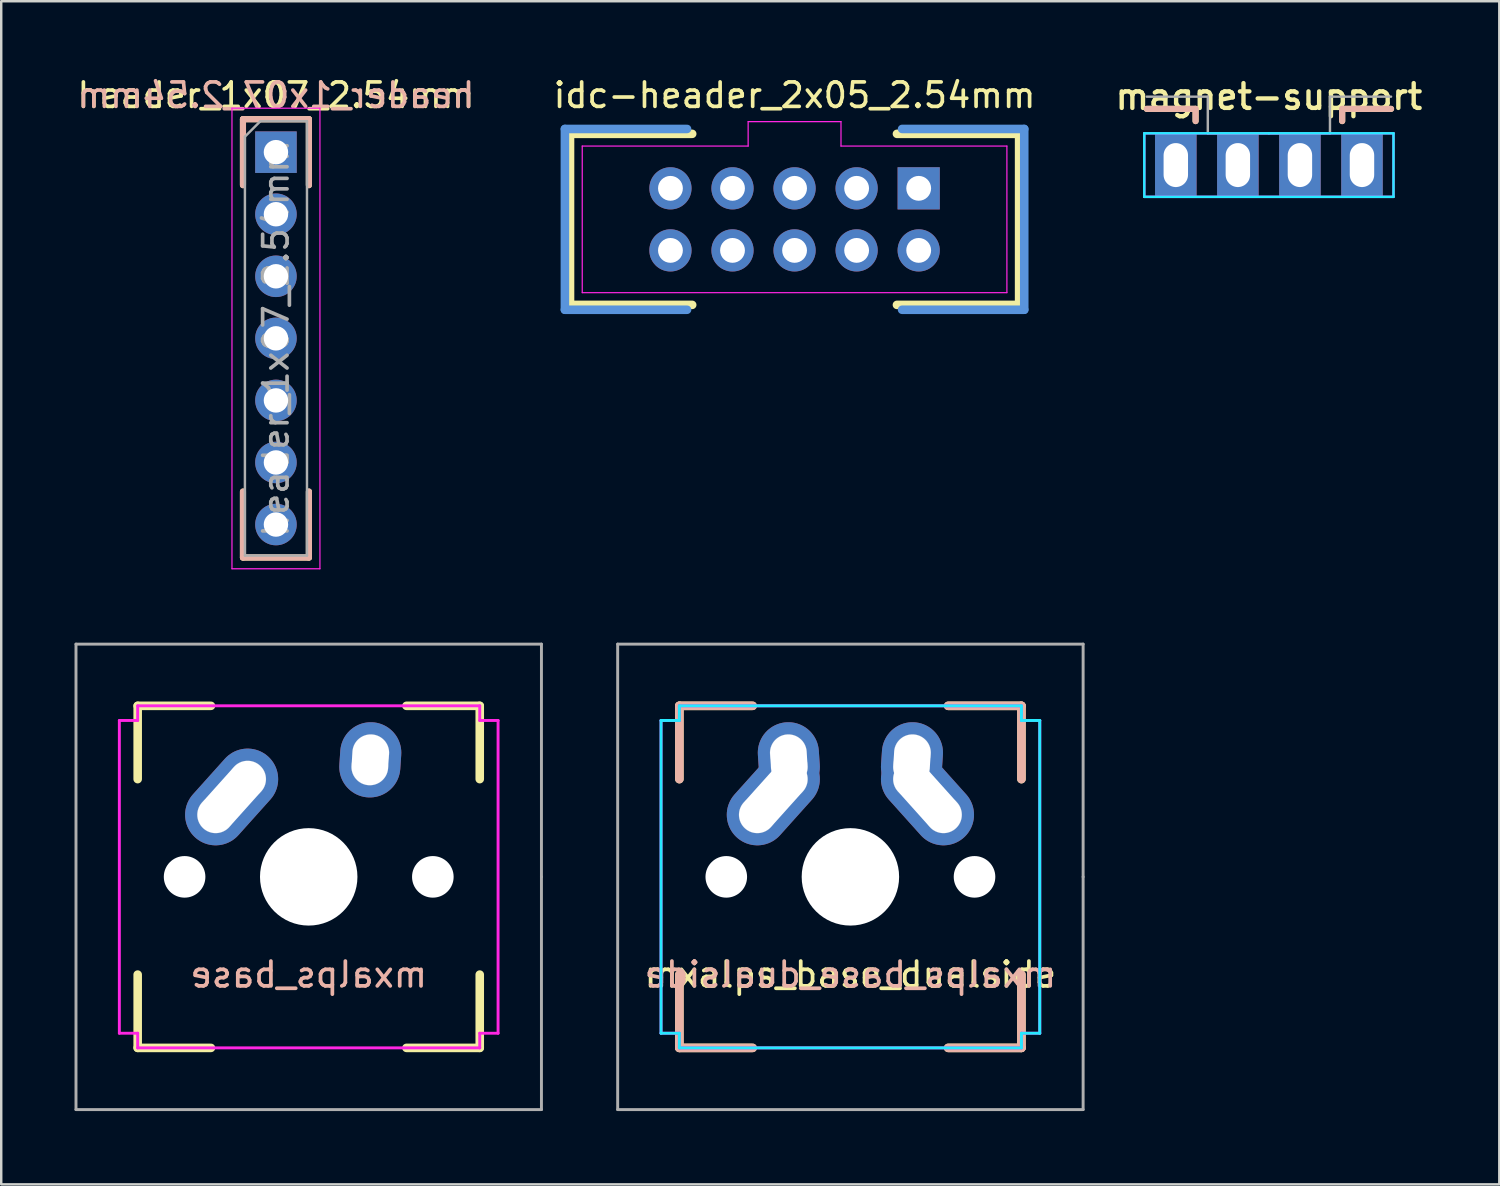
<source format=kicad_pcb>
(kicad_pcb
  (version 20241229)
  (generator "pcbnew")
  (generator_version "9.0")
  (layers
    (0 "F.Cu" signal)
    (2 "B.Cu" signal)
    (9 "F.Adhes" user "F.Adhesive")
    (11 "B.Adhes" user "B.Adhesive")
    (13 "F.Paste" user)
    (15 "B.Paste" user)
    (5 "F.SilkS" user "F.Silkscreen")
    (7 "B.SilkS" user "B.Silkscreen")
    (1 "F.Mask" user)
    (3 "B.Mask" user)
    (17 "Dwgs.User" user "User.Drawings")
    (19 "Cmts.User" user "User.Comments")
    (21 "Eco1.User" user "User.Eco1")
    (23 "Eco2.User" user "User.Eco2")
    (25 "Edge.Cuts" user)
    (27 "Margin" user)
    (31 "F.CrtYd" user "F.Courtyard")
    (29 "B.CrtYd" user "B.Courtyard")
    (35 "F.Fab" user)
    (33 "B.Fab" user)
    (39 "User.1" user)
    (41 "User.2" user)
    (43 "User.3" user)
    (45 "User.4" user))
  (footprint "mxalps_base"
    (layer "F.Cu")
    (at 9.585 32.838)
    (property "Reference" "mxalps_base" (at 0 4 0) (layer "B.SilkS") (effects (font (size 1.016 1.016) (thickness 0.152)) (justify mirror)))
    (attr through_hole)
    (fp_line (start -7 -7) (end -7 -4) (stroke (width 0.35) (type solid)) (layer "F.SilkS"))
    (fp_line (start -7 -7) (end -4 -7) (stroke (width 0.35) (type solid)) (layer "F.SilkS"))
    (fp_line (start -7 7) (end -7 4) (stroke (width 0.35) (type solid)) (layer "F.SilkS"))
    (fp_line (start -7 7) (end -4 7) (stroke (width 0.35) (type solid)) (layer "F.SilkS"))
    (fp_line (start 7 -7) (end 4 -7) (stroke (width 0.35) (type solid)) (layer "F.SilkS"))
    (fp_line (start 7 -7) (end 7 -4) (stroke (width 0.35) (type solid)) (layer "F.SilkS"))
    (fp_line (start 7 7) (end 4 7) (stroke (width 0.35) (type solid)) (layer "F.SilkS"))
    (fp_line (start 7 7) (end 7 4) (stroke (width 0.35) (type solid)) (layer "F.SilkS"))
    (fp_circle (center -3.81 -2.54) (end -3.06 -2.54) (stroke (width 0.01) (type solid)) (fill no) (layer "Dwgs.User"))
    (fp_circle (center -2.5 -4) (end -1.75 -4) (stroke (width 0.01) (type solid)) (fill no) (layer "Dwgs.User"))
    (fp_circle (center 2.5 -4.5) (end 3.25 -4.5) (stroke (width 0.01) (type solid)) (fill no) (layer "Dwgs.User"))
    (fp_circle (center 2.54 -5.08) (end 3.29 -5.08) (stroke (width 0.01) (type solid)) (fill no) (layer "Dwgs.User"))
    (fp_line (start -7.75 -6.4) (end -7.75 6.4) (stroke (width 0.12) (type solid)) (layer "F.CrtYd"))
    (fp_line (start -7.75 6.4) (end -7 6.4) (stroke (width 0.12) (type solid)) (layer "F.CrtYd"))
    (fp_line (start -7 -7) (end -7 -6.4) (stroke (width 0.12) (type solid)) (layer "F.CrtYd"))
    (fp_line (start -7 -6.4) (end -7.75 -6.4) (stroke (width 0.12) (type solid)) (layer "F.CrtYd"))
    (fp_line (start -7 6.4) (end -7 7) (stroke (width 0.12) (type solid)) (layer "F.CrtYd"))
    (fp_line (start -7 7) (end 7 7) (stroke (width 0.12) (type solid)) (layer "F.CrtYd"))
    (fp_line (start 7 -7) (end -7 -7) (stroke (width 0.12) (type solid)) (layer "F.CrtYd"))
    (fp_line (start 7 -6.4) (end 7 -7) (stroke (width 0.12) (type solid)) (layer "F.CrtYd"))
    (fp_line (start 7 6.4) (end 7.75 6.4) (stroke (width 0.12) (type solid)) (layer "F.CrtYd"))
    (fp_line (start 7 7) (end 7 6.4) (stroke (width 0.12) (type solid)) (layer "F.CrtYd"))
    (fp_line (start 7.75 -6.4) (end 7 -6.4) (stroke (width 0.12) (type solid)) (layer "F.CrtYd"))
    (fp_line (start 7.75 6.4) (end 7.75 -6.4) (stroke (width 0.12) (type solid)) (layer "F.CrtYd"))
    (fp_line (start -9.525 -9.525) (end -9.525 9.525) (stroke (width 0.12) (type solid)) (layer "F.Fab"))
    (fp_line (start -9.525 9.525) (end 9.525 9.525) (stroke (width 0.12) (type solid)) (layer "F.Fab"))
    (fp_line (start 9.525 -9.525) (end -9.525 -9.525) (stroke (width 0.12) (type solid)) (layer "F.Fab"))
    (fp_line (start 9.525 0) (end 9.525 -9.525) (stroke (width 0.12) (type solid)) (layer "F.Fab"))
    (fp_line (start 9.525 9.525) (end 9.525 0) (stroke (width 0.12) (type solid)) (layer "F.Fab"))
    (pad "" np_thru_hole circle (at -5.08 0) (size 1.702 1.702) (drill 1.702) (layers "*.Cu" "*.Mask"))
    (pad "" np_thru_hole circle (at 0 0) (size 3.988 3.988) (drill 3.988) (layers "*.Cu" "*.Mask"))
    (pad "" np_thru_hole circle (at 5.08 0) (size 1.702 1.702) (drill 1.702) (layers "*.Cu" "*.Mask"))
    (pad "1" thru_hole oval (at -3.155 -3.27 318.1) (size 2.5 4.46) (drill oval 1.5 3.46) (layers "*.Cu" "*.Mask"))
    (pad "2" thru_hole oval (at 2.52 -4.79 356.1) (size 2.5 3.08) (drill oval 1.5 2.08) (layers "*.Cu" "*.Mask")))
  (footprint "idc-header_2x05_2.54mm"
    (layer "F.Cu")
    (at 29.47 5.928)
    (property "Reference" "idc-header_2x05_2.54mm" (at 0 -5.08 0) (layer "F.SilkS") (effects (font (size 1 1) (thickness 0.15))))
    (attr through_hole)
    (fp_line (start -9.19 -3.5) (end -4.19 -3.5) (stroke (width 0.35) (type solid)) (layer "F.SilkS"))
    (fp_line (start -9.19 3.5) (end -9.19 -3.5) (stroke (width 0.35) (type solid)) (layer "F.SilkS"))
    (fp_line (start -9.19 3.5) (end -4.19 3.5) (stroke (width 0.35) (type solid)) (layer "F.SilkS"))
    (fp_line (start 9.19 -3.5) (end 4.19 -3.5) (stroke (width 0.35) (type solid)) (layer "F.SilkS"))
    (fp_line (start 9.19 -3.5) (end 9.19 3.5) (stroke (width 0.35) (type solid)) (layer "F.SilkS"))
    (fp_line (start 9.19 3.5) (end 4.19 3.5) (stroke (width 0.35) (type solid)) (layer "F.SilkS"))
    (fp_line (start -9.4 -3.7) (end -9.4 3.7) (stroke (width 0.35) (type solid)) (layer "Cmts.User"))
    (fp_line (start -9.4 -3.7) (end -4.4 -3.7) (stroke (width 0.35) (type solid)) (layer "Cmts.User"))
    (fp_line (start -9.4 3.7) (end -4.4 3.7) (stroke (width 0.35) (type solid)) (layer "Cmts.User"))
    (fp_line (start 9.4 -3.7) (end 4.4 -3.7) (stroke (width 0.35) (type solid)) (layer "Cmts.User"))
    (fp_line (start 9.4 3.7) (end 4.4 3.7) (stroke (width 0.35) (type solid)) (layer "Cmts.User"))
    (fp_line (start 9.4 3.7) (end 9.4 -3.7) (stroke (width 0.35) (type solid)) (layer "Cmts.User"))
    (fp_line (start -8.9 -3.2) (end -8.9 3.2) (stroke (width 0.1) (type solid)) (layer "Eco1.User"))
    (fp_line (start -8.9 3.2) (end 8.9 3.2) (stroke (width 0.1) (type solid)) (layer "Eco1.User"))
    (fp_line (start -2.75 -4.2) (end -2.75 -3.2) (stroke (width 0.1) (type solid)) (layer "Eco1.User"))
    (fp_line (start -2.75 -3.2) (end -8.9 -3.2) (stroke (width 0.1) (type solid)) (layer "Eco1.User"))
    (fp_line (start 2.75 -4.2) (end -2.75 -4.2) (stroke (width 0.1) (type solid)) (layer "Eco1.User"))
    (fp_line (start 2.75 -3.2) (end 2.75 -4.2) (stroke (width 0.1) (type solid)) (layer "Eco1.User"))
    (fp_line (start 8.9 -3.2) (end 2.75 -3.2) (stroke (width 0.1) (type solid)) (layer "Eco1.User"))
    (fp_line (start 8.9 3.2) (end 8.9 -3.2) (stroke (width 0.1) (type solid)) (layer "Eco1.User"))
    (fp_line (start -8.9 -3.2) (end -8.9 3.2) (stroke (width 0.1) (type solid)) (layer "Eco2.User"))
    (fp_line (start -8.9 3.2) (end 8.9 3.2) (stroke (width 0.1) (type solid)) (layer "Eco2.User"))
    (fp_line (start -2.75 -4.2) (end -2.75 -3.2) (stroke (width 0.1) (type solid)) (layer "Eco2.User"))
    (fp_line (start -2.75 -3.2) (end -8.9 -3.2) (stroke (width 0.1) (type solid)) (layer "Eco2.User"))
    (fp_line (start 2.75 -4.2) (end -2.75 -4.2) (stroke (width 0.1) (type solid)) (layer "Eco2.User"))
    (fp_line (start 2.75 -3.2) (end 2.75 -4.2) (stroke (width 0.1) (type solid)) (layer "Eco2.User"))
    (fp_line (start 8.9 -3.2) (end 2.75 -3.2) (stroke (width 0.1) (type solid)) (layer "Eco2.User"))
    (fp_line (start 8.9 3.2) (end 8.9 -3.2) (stroke (width 0.1) (type solid)) (layer "Eco2.User"))
    (fp_line (start -8.69 -3) (end -1.9 -3) (stroke (width 0.05) (type solid)) (layer "F.CrtYd"))
    (fp_line (start -8.69 3) (end -8.69 -3) (stroke (width 0.05) (type solid)) (layer "F.CrtYd"))
    (fp_line (start -1.9 -4) (end 1.9 -4) (stroke (width 0.05) (type solid)) (layer "F.CrtYd"))
    (fp_line (start -1.9 -3) (end -1.9 -4) (stroke (width 0.05) (type solid)) (layer "F.CrtYd"))
    (fp_line (start 1.9 -4) (end 1.9 -3) (stroke (width 0.05) (type solid)) (layer "F.CrtYd"))
    (fp_line (start 1.9 -3) (end 8.69 -3) (stroke (width 0.05) (type solid)) (layer "F.CrtYd"))
    (fp_line (start 8.69 -3) (end 8.69 3) (stroke (width 0.05) (type solid)) (layer "F.CrtYd"))
    (fp_line (start 8.69 3) (end -8.69 3) (stroke (width 0.05) (type solid)) (layer "F.CrtYd"))
    (pad "1" thru_hole rect (at 5.08 -1.27 270) (size 1.727 1.727) (drill 1.016) (layers "*.Cu" "*.Mask"))
    (pad "2" thru_hole oval (at 5.08 1.27 270) (size 1.727 1.727) (drill 1.016) (layers "*.Cu" "*.Mask"))
    (pad "3" thru_hole oval (at 2.54 -1.27 270) (size 1.727 1.727) (drill 1.016) (layers "*.Cu" "*.Mask"))
    (pad "4" thru_hole oval (at 2.54 1.27 270) (size 1.727 1.727) (drill 1.016) (layers "*.Cu" "*.Mask"))
    (pad "5" thru_hole oval (at 0 -1.27 270) (size 1.727 1.727) (drill 1.016) (layers "*.Cu" "*.Mask"))
    (pad "6" thru_hole oval (at 0 1.27 270) (size 1.727 1.727) (drill 1.016) (layers "*.Cu" "*.Mask"))
    (pad "7" thru_hole oval (at -2.54 -1.27 270) (size 1.727 1.727) (drill 1.016) (layers "*.Cu" "*.Mask"))
    (pad "8" thru_hole oval (at -2.54 1.27 270) (size 1.727 1.727) (drill 1.016) (layers "*.Cu" "*.Mask"))
    (pad "9" thru_hole oval (at -5.08 -1.27 270) (size 1.727 1.727) (drill 1.016) (layers "*.Cu" "*.Mask"))
    (pad "10" thru_hole oval (at -5.08 1.27 270) (size 1.727 1.727) (drill 1.016) (layers "*.Cu" "*.Mask")))
  (footprint "header_1x07_2.54mm"
    (layer "F.Cu")
    (at 8.244 3.178)
    (property "Reference" "header_1x07_2.54mm" (at 0 -2.33 0) (layer "F.SilkS") (effects (font (size 1 1) (thickness 0.15))))
    (attr through_hole)
    (fp_line (start -1.35 -1.35) (end 1.35 -1.35) (stroke (width 0.25) (type solid)) (layer "F.SilkS"))
    (fp_line (start -1.35 1.35) (end -1.35 -1.35) (stroke (width 0.25) (type solid)) (layer "F.SilkS"))
    (fp_line (start -1.35 16.59) (end -1.35 13.89) (stroke (width 0.25) (type solid)) (layer "F.SilkS"))
    (fp_line (start -1.35 16.59) (end 1.35 16.59) (stroke (width 0.25) (type solid)) (layer "F.SilkS"))
    (fp_line (start 1.35 -1.35) (end 1.35 1.35) (stroke (width 0.25) (type solid)) (layer "F.SilkS"))
    (fp_line (start 1.35 16.59) (end 1.35 13.89) (stroke (width 0.25) (type solid)) (layer "F.SilkS"))
    (fp_line (start -1.35 -1.35) (end -1.35 1.35) (stroke (width 0.25) (type solid)) (layer "B.SilkS"))
    (fp_line (start -1.35 16.59) (end -1.35 13.89) (stroke (width 0.25) (type solid)) (layer "B.SilkS"))
    (fp_line (start 1.35 -1.35) (end -1.35 -1.35) (stroke (width 0.25) (type solid)) (layer "B.SilkS"))
    (fp_line (start 1.35 1.35) (end 1.35 -1.35) (stroke (width 0.25) (type solid)) (layer "B.SilkS"))
    (fp_line (start 1.35 16.59) (end -1.35 16.59) (stroke (width 0.25) (type solid)) (layer "B.SilkS"))
    (fp_line (start 1.35 16.59) (end 1.35 13.89) (stroke (width 0.25) (type solid)) (layer "B.SilkS"))
    (fp_line (start -1.8 -1.8) (end -1.8 17.05) (stroke (width 0.05) (type solid)) (layer "F.CrtYd"))
    (fp_line (start -1.8 17.05) (end 1.8 17.05) (stroke (width 0.05) (type solid)) (layer "F.CrtYd"))
    (fp_line (start 1.8 -1.8) (end -1.8 -1.8) (stroke (width 0.05) (type solid)) (layer "F.CrtYd"))
    (fp_line (start 1.8 17.05) (end 1.8 -1.8) (stroke (width 0.05) (type solid)) (layer "F.CrtYd"))
    (fp_line (start -1.27 -0.635) (end -0.635 -1.27) (stroke (width 0.1) (type solid)) (layer "F.Fab"))
    (fp_line (start -1.27 16.51) (end -1.27 -0.635) (stroke (width 0.1) (type solid)) (layer "F.Fab"))
    (fp_line (start -0.635 -1.27) (end 1.27 -1.27) (stroke (width 0.1) (type solid)) (layer "F.Fab"))
    (fp_line (start 1.27 -1.27) (end 1.27 16.51) (stroke (width 0.1) (type solid)) (layer "F.Fab"))
    (fp_line (start 1.27 16.51) (end -1.27 16.51) (stroke (width 0.1) (type solid)) (layer "F.Fab"))
    (fp_text user "${REFERENCE}" (at 0 -2.33 180) (layer "B.SilkS") (effects (font (size 1 1) (thickness 0.15)) (justify mirror)))
    (fp_text user "${REFERENCE}" (at 0 7.62 90) (layer "F.Fab") (effects (font (size 1 1) (thickness 0.15))))
    (pad "1" thru_hole rect (at 0 0) (size 1.7 1.7) (drill 1) (layers "*.Cu" "*.Mask"))
    (pad "2" thru_hole oval (at 0 2.54) (size 1.7 1.7) (drill 1) (layers "*.Cu" "*.Mask"))
    (pad "3" thru_hole oval (at 0 5.08) (size 1.7 1.7) (drill 1) (layers "*.Cu" "*.Mask"))
    (pad "4" thru_hole oval (at 0 7.62) (size 1.7 1.7) (drill 1) (layers "*.Cu" "*.Mask"))
    (pad "5" thru_hole oval (at 0 10.16) (size 1.7 1.7) (drill 1) (layers "*.Cu" "*.Mask"))
    (pad "6" thru_hole oval (at 0 12.7) (size 1.7 1.7) (drill 1) (layers "*.Cu" "*.Mask"))
    (pad "7" thru_hole oval (at 0 15.24) (size 1.7 1.7) (drill 1) (layers "*.Cu" "*.Mask")))
  (footprint "magnet-support"
    (layer "F.Cu")
    (at 48.883 0.906)
    (property "Reference" "magnet-support" (at 0 0 0) (layer "F.SilkS") (effects (font (size 1.016 1.016) (thickness 0.178))))
    (attr through_hole)
    (fp_line (start -3 0.5) (end -5 0.5) (stroke (width 0.25) (type solid)) (layer "F.SilkS"))
    (fp_line (start -3 1) (end -3 0.5) (stroke (width 0.25) (type solid)) (layer "F.SilkS"))
    (fp_line (start 3 0.5) (end 5 0.5) (stroke (width 0.25) (type solid)) (layer "F.SilkS"))
    (fp_line (start 3 1) (end 3 0.5) (stroke (width 0.25) (type solid)) (layer "F.SilkS"))
    (fp_line (start -3 0.5) (end -5 0.5) (stroke (width 0.25) (type solid)) (layer "B.SilkS"))
    (fp_line (start -3 1) (end -3 0.5) (stroke (width 0.25) (type solid)) (layer "B.SilkS"))
    (fp_line (start 3 0.5) (end 5 0.5) (stroke (width 0.25) (type solid)) (layer "B.SilkS"))
    (fp_line (start 3 1) (end 3 0.5) (stroke (width 0.25) (type solid)) (layer "B.SilkS"))
    (fp_line (start -5.1 1.5) (end 0 1.5) (stroke (width 0.1) (type solid)) (layer "B.CrtYd"))
    (fp_line (start -5.1 4.1) (end -5.1 1.5) (stroke (width 0.1) (type solid)) (layer "B.CrtYd"))
    (fp_line (start 0 1.5) (end 5.1 1.5) (stroke (width 0.1) (type solid)) (layer "B.CrtYd"))
    (fp_line (start 5.1 1.5) (end 5.1 4.1) (stroke (width 0.1) (type solid)) (layer "B.CrtYd"))
    (fp_line (start 5.1 4.1) (end -5.1 4.1) (stroke (width 0.1) (type solid)) (layer "B.CrtYd"))
    (fp_line (start -5.1 1.5) (end 0 1.5) (stroke (width 0.1) (type solid)) (layer "F.CrtYd"))
    (fp_line (start -5.1 4.1) (end -5.1 1.5) (stroke (width 0.1) (type solid)) (layer "F.CrtYd"))
    (fp_line (start 0 1.5) (end 5.1 1.5) (stroke (width 0.1) (type solid)) (layer "F.CrtYd"))
    (fp_line (start 5.1 1.5) (end 5.1 4.1) (stroke (width 0.1) (type solid)) (layer "F.CrtYd"))
    (fp_line (start 5.1 4.1) (end -5.1 4.1) (stroke (width 0.1) (type solid)) (layer "F.CrtYd"))
    (fp_line (start -2.5 0) (end -5 0) (stroke (width 0.1) (type solid)) (layer "F.Fab"))
    (fp_line (start -2.5 1.5) (end -2.5 0) (stroke (width 0.1) (type solid)) (layer "F.Fab"))
    (fp_line (start 2.5 0) (end 2.5 1.5) (stroke (width 0.1) (type solid)) (layer "F.Fab"))
    (fp_line (start 2.5 1.5) (end -2.5 1.5) (stroke (width 0.1) (type solid)) (layer "F.Fab"))
    (fp_line (start 5 0) (end 2.5 0) (stroke (width 0.1) (type solid)) (layer "F.Fab"))
    (pad "" thru_hole rect (at -3.81 2.8) (size 1.7 2.6) (drill oval 1 1.8) (layers "*.Cu" "*.Mask"))
    (pad "" thru_hole rect (at -1.27 2.8) (size 1.7 2.6) (drill oval 1 1.8) (layers "*.Cu" "*.Mask"))
    (pad "" thru_hole rect (at 1.27 2.8) (size 1.7 2.6) (drill oval 1 1.8) (layers "*.Cu" "*.Mask"))
    (pad "" thru_hole rect (at 3.81 2.8) (size 1.7 2.6) (drill oval 1 1.8) (layers "*.Cu" "*.Mask")))
  (footprint "mxalps_base_dualside"
    (layer "F.Cu")
    (at 31.755 32.838)
    (property "Reference" "mxalps_base_dualside" (at 0 4 0) (layer "F.SilkS") (effects (font (size 1.016 1.016) (thickness 0.152))))
    (attr through_hole)
    (fp_line (start -7 -7) (end -7 -4) (stroke (width 0.35) (type solid)) (layer "F.SilkS"))
    (fp_line (start -7 -7) (end -4 -7) (stroke (width 0.35) (type solid)) (layer "F.SilkS"))
    (fp_line (start -7 7) (end -7 4) (stroke (width 0.35) (type solid)) (layer "F.SilkS"))
    (fp_line (start -7 7) (end -4 7) (stroke (width 0.35) (type solid)) (layer "F.SilkS"))
    (fp_line (start 7 -7) (end 4 -7) (stroke (width 0.35) (type solid)) (layer "F.SilkS"))
    (fp_line (start 7 -7) (end 7 -4) (stroke (width 0.35) (type solid)) (layer "F.SilkS"))
    (fp_line (start 7 7) (end 4 7) (stroke (width 0.35) (type solid)) (layer "F.SilkS"))
    (fp_line (start 7 7) (end 7 4) (stroke (width 0.35) (type solid)) (layer "F.SilkS"))
    (fp_line (start -7 -7) (end -7 -4) (stroke (width 0.35) (type solid)) (layer "B.SilkS"))
    (fp_line (start -7 -7) (end -4 -7) (stroke (width 0.35) (type solid)) (layer "B.SilkS"))
    (fp_line (start -7 7) (end -7 4) (stroke (width 0.35) (type solid)) (layer "B.SilkS"))
    (fp_line (start -7 7) (end -4 7) (stroke (width 0.35) (type solid)) (layer "B.SilkS"))
    (fp_line (start 7 -7) (end 4 -7) (stroke (width 0.35) (type solid)) (layer "B.SilkS"))
    (fp_line (start 7 -7) (end 7 -4) (stroke (width 0.35) (type solid)) (layer "B.SilkS"))
    (fp_line (start 7 7) (end 4 7) (stroke (width 0.35) (type solid)) (layer "B.SilkS"))
    (fp_line (start 7 7) (end 7 4) (stroke (width 0.35) (type solid)) (layer "B.SilkS"))
    (fp_circle (center -3.81 -2.54) (end -3.06 -2.54) (stroke (width 0.01) (type solid)) (fill no) (layer "Dwgs.User"))
    (fp_circle (center -2.54 -5.08) (end -3.29 -5.08) (stroke (width 0.01) (type solid)) (fill no) (layer "Dwgs.User"))
    (fp_circle (center -2.5 -4.5) (end -3.25 -4.5) (stroke (width 0.01) (type solid)) (fill no) (layer "Dwgs.User"))
    (fp_circle (center -2.5 -4) (end -1.75 -4) (stroke (width 0.01) (type solid)) (fill no) (layer "Dwgs.User"))
    (fp_circle (center 2.5 -4.5) (end 3.25 -4.5) (stroke (width 0.01) (type solid)) (fill no) (layer "Dwgs.User"))
    (fp_circle (center 2.5 -4) (end 1.75 -4) (stroke (width 0.01) (type solid)) (fill no) (layer "Dwgs.User"))
    (fp_circle (center 2.54 -5.08) (end 3.29 -5.08) (stroke (width 0.01) (type solid)) (fill no) (layer "Dwgs.User"))
    (fp_circle (center 3.81 -2.54) (end 3.06 -2.54) (stroke (width 0.01) (type solid)) (fill no) (layer "Dwgs.User"))
    (fp_line (start -7.75 -6.4) (end -7 -6.4) (stroke (width 0.12) (type solid)) (layer "B.CrtYd"))
    (fp_line (start -7.75 6.4) (end -7.75 -6.4) (stroke (width 0.12) (type solid)) (layer "B.CrtYd"))
    (fp_line (start -7 -7) (end 7 -7) (stroke (width 0.12) (type solid)) (layer "B.CrtYd"))
    (fp_line (start -7 -6.4) (end -7 -7) (stroke (width 0.12) (type solid)) (layer "B.CrtYd"))
    (fp_line (start -7 6.4) (end -7.75 6.4) (stroke (width 0.12) (type solid)) (layer "B.CrtYd"))
    (fp_line (start -7 7) (end -7 6.4) (stroke (width 0.12) (type solid)) (layer "B.CrtYd"))
    (fp_line (start 7 -7) (end 7 -6.4) (stroke (width 0.12) (type solid)) (layer "B.CrtYd"))
    (fp_line (start 7 -6.4) (end 7.75 -6.4) (stroke (width 0.12) (type solid)) (layer "B.CrtYd"))
    (fp_line (start 7 6.4) (end 7 7) (stroke (width 0.12) (type solid)) (layer "B.CrtYd"))
    (fp_line (start 7 7) (end -7 7) (stroke (width 0.12) (type solid)) (layer "B.CrtYd"))
    (fp_line (start 7.75 -6.4) (end 7.75 6.4) (stroke (width 0.12) (type solid)) (layer "B.CrtYd"))
    (fp_line (start 7.75 6.4) (end 7 6.4) (stroke (width 0.12) (type solid)) (layer "B.CrtYd"))
    (fp_line (start -7.75 -6.4) (end -7.75 6.4) (stroke (width 0.12) (type solid)) (layer "F.CrtYd"))
    (fp_line (start -7.75 6.4) (end -7 6.4) (stroke (width 0.12) (type solid)) (layer "F.CrtYd"))
    (fp_line (start -7 -7) (end -7 -6.4) (stroke (width 0.12) (type solid)) (layer "F.CrtYd"))
    (fp_line (start -7 -6.4) (end -7.75 -6.4) (stroke (width 0.12) (type solid)) (layer "F.CrtYd"))
    (fp_line (start -7 6.4) (end -7 7) (stroke (width 0.12) (type solid)) (layer "F.CrtYd"))
    (fp_line (start -7 7) (end 7 7) (stroke (width 0.12) (type solid)) (layer "F.CrtYd"))
    (fp_line (start 7 -7) (end -7 -7) (stroke (width 0.12) (type solid)) (layer "F.CrtYd"))
    (fp_line (start 7 -6.4) (end 7 -7) (stroke (width 0.12) (type solid)) (layer "F.CrtYd"))
    (fp_line (start 7 6.4) (end 7.75 6.4) (stroke (width 0.12) (type solid)) (layer "F.CrtYd"))
    (fp_line (start 7 7) (end 7 6.4) (stroke (width 0.12) (type solid)) (layer "F.CrtYd"))
    (fp_line (start 7.75 -6.4) (end 7 -6.4) (stroke (width 0.12) (type solid)) (layer "F.CrtYd"))
    (fp_line (start 7.75 6.4) (end 7.75 -6.4) (stroke (width 0.12) (type solid)) (layer "F.CrtYd"))
    (fp_line (start -9.525 -9.525) (end -9.525 9.525) (stroke (width 0.12) (type solid)) (layer "F.Fab"))
    (fp_line (start -9.525 9.525) (end 9.525 9.525) (stroke (width 0.12) (type solid)) (layer "F.Fab"))
    (fp_line (start 9.525 -9.525) (end -9.525 -9.525) (stroke (width 0.12) (type solid)) (layer "F.Fab"))
    (fp_line (start 9.525 0) (end 9.525 -9.525) (stroke (width 0.12) (type solid)) (layer "F.Fab"))
    (fp_line (start 9.525 9.525) (end 9.525 0) (stroke (width 0.12) (type solid)) (layer "F.Fab"))
    (fp_text user "${REFERENCE}" (at 0 4 0) (layer "B.SilkS") (effects (font (size 1.016 1.016) (thickness 0.152)) (justify mirror)))
    (pad "" np_thru_hole circle (at -5.08 0) (size 1.702 1.702) (drill 1.702) (layers "*.Cu" "*.Mask"))
    (pad "" np_thru_hole circle (at 0 0) (size 3.988 3.988) (drill 3.988) (layers "*.Cu" "*.Mask"))
    (pad "" np_thru_hole circle (at 5.08 0) (size 1.702 1.702) (drill 1.702) (layers "*.Cu" "*.Mask"))
    (pad "1" thru_hole oval (at -3.155 -3.27 318.1) (size 2.5 4.46) (drill oval 1.5 3.46) (layers "*.Cu" "*.Mask"))
    (pad "1" thru_hole oval (at -2.52 -4.79 3.9) (size 2.5 3.08) (drill oval 1.5 2.08) (layers "*.Cu" "*.Mask"))
    (pad "2" thru_hole oval (at 2.52 -4.79 356.1) (size 2.5 3.08) (drill oval 1.5 2.08) (layers "*.Cu" "*.Mask"))
    (pad "2" thru_hole oval (at 3.155 -3.27 41.9) (size 2.5 4.46) (drill oval 1.5 3.46) (layers "*.Cu" "*.Mask")))
  (gr_rect
    (start -3 -3)
    (end 58.313 45.423)
    (stroke (width 0.1) (type default))
    (fill no)
    (layer "Edge.Cuts")))
</source>
